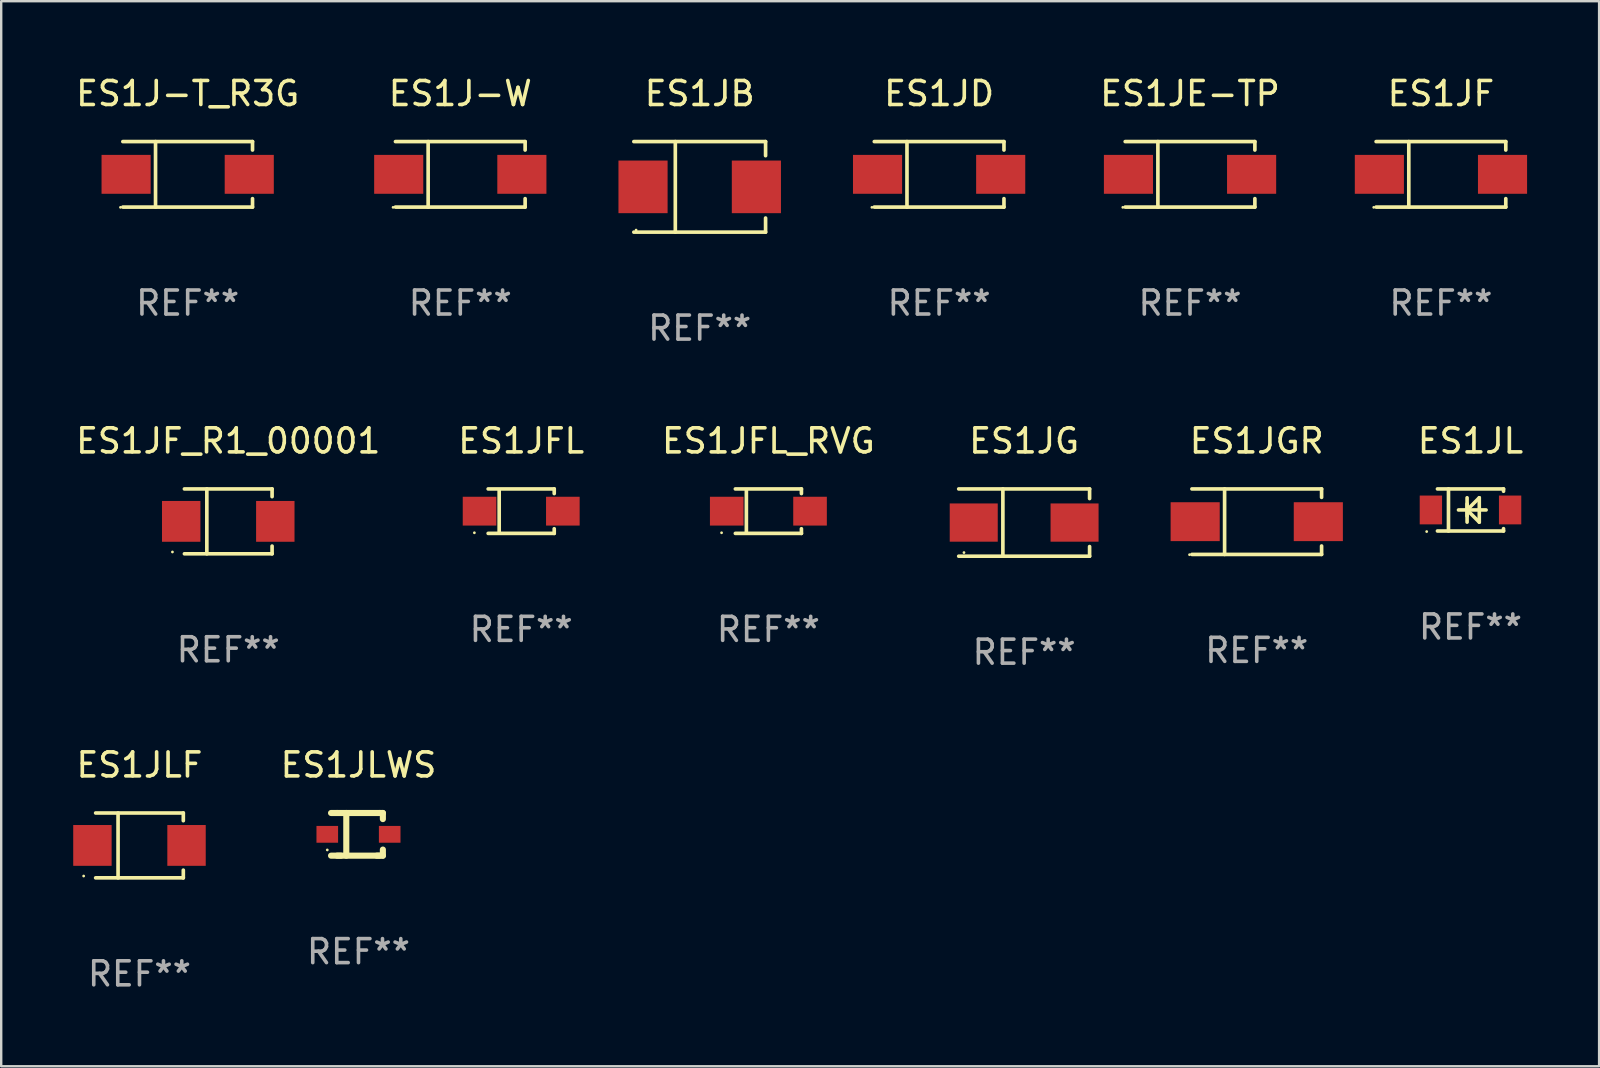
<source format=kicad_pcb>
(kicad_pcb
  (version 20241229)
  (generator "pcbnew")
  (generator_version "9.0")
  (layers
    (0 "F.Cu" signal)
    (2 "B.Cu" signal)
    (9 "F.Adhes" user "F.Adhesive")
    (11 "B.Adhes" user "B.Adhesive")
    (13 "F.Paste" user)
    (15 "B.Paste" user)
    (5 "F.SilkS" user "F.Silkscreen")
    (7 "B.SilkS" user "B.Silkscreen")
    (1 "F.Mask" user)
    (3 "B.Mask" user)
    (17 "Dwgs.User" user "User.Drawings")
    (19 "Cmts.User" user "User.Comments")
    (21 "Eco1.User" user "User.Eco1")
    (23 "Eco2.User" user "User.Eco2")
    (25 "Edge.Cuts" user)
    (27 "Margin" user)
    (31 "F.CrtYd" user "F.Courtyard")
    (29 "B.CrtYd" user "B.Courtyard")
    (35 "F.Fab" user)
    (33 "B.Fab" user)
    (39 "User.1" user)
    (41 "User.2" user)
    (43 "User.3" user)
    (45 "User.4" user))
  (footprint "ES1JE-TP"
    (layer "F.Cu")
    (at 46.522 4.212)
    (property "Reference" "ES1JE-TP" (at 0 -3.364 0) (layer "F.SilkS") (effects (font (size 1 1) (thickness 0.15))))
    (attr through_hole)
    (fp_line (start -2.701 -1.364) (end 2.701 -1.364) (stroke (width 0.152) (type solid)) (layer "F.SilkS"))
    (fp_line (start -2.701 1.364) (end 2.701 1.364) (stroke (width 0.152) (type solid)) (layer "F.SilkS"))
    (fp_line (start -1.339 -1.364) (end -1.339 1.364) (stroke (width 0.152) (type solid)) (layer "F.SilkS"))
    (fp_line (start 2.701 -1.364) (end 2.701 -1.013) (stroke (width 0.152) (type solid)) (layer "F.SilkS"))
    (fp_line (start 2.701 1.364) (end 2.701 1.013) (stroke (width 0.152) (type solid)) (layer "F.SilkS"))
    (fp_circle (center -2.8 1.375) (end -2.77 1.375) (stroke (width 0.06) (type solid)) (fill no) (layer "F.SilkS"))
    (fp_text user "REF**" (at 0 5.364 0) (layer "F.Fab") (effects (font (size 1 1) (thickness 0.15))))
    (pad "1" smd rect (at -2.565 -0.000025) (size 2.046 1.62) (layers "F.Cu" "F.Mask" "F.Paste"))
    (pad "2" smd rect (at 2.565 -0.000025) (size 2.046 1.62) (layers "F.Cu" "F.Mask" "F.Paste")))
  (footprint "ES1J-T_R3G"
    (layer "F.Cu")
    (at 4.768 4.212)
    (property "Reference" "ES1J-T_R3G" (at 0 -3.364 0) (layer "F.SilkS") (effects (font (size 1 1) (thickness 0.15))))
    (attr through_hole)
    (fp_line (start -2.701 -1.364) (end 2.701 -1.364) (stroke (width 0.152) (type solid)) (layer "F.SilkS"))
    (fp_line (start -2.701 1.364) (end 2.701 1.364) (stroke (width 0.152) (type solid)) (layer "F.SilkS"))
    (fp_line (start -1.339 -1.364) (end -1.339 1.364) (stroke (width 0.152) (type solid)) (layer "F.SilkS"))
    (fp_line (start 2.701 -1.364) (end 2.701 -1.013) (stroke (width 0.152) (type solid)) (layer "F.SilkS"))
    (fp_line (start 2.701 1.364) (end 2.701 1.013) (stroke (width 0.152) (type solid)) (layer "F.SilkS"))
    (fp_circle (center -2.8 1.375) (end -2.77 1.375) (stroke (width 0.06) (type solid)) (fill no) (layer "F.SilkS"))
    (fp_text user "REF**" (at 0 5.364 0) (layer "F.Fab") (effects (font (size 1 1) (thickness 0.15))))
    (pad "1" smd rect (at -2.565 -0.000025) (size 2.046 1.62) (layers "F.Cu" "F.Mask" "F.Paste"))
    (pad "2" smd rect (at 2.565 -0.000025) (size 2.046 1.62) (layers "F.Cu" "F.Mask" "F.Paste")))
  (footprint "ES1JD"
    (layer "F.Cu")
    (at 36.07 4.212)
    (property "Reference" "ES1JD" (at 0 -3.364 0) (layer "F.SilkS") (effects (font (size 1 1) (thickness 0.15))))
    (attr through_hole)
    (fp_line (start -2.701 -1.364) (end 2.701 -1.364) (stroke (width 0.152) (type solid)) (layer "F.SilkS"))
    (fp_line (start -2.701 1.364) (end 2.701 1.364) (stroke (width 0.152) (type solid)) (layer "F.SilkS"))
    (fp_line (start -1.339 -1.364) (end -1.339 1.364) (stroke (width 0.152) (type solid)) (layer "F.SilkS"))
    (fp_line (start 2.701 -1.364) (end 2.701 -1.013) (stroke (width 0.152) (type solid)) (layer "F.SilkS"))
    (fp_line (start 2.701 1.364) (end 2.701 1.013) (stroke (width 0.152) (type solid)) (layer "F.SilkS"))
    (fp_circle (center -2.8 1.375) (end -2.77 1.375) (stroke (width 0.06) (type solid)) (fill no) (layer "F.SilkS"))
    (fp_text user "REF**" (at 0 5.364 0) (layer "F.Fab") (effects (font (size 1 1) (thickness 0.15))))
    (pad "1" smd rect (at -2.565 -0.000025) (size 2.046 1.62) (layers "F.Cu" "F.Mask" "F.Paste"))
    (pad "2" smd rect (at 2.565 -0.000025) (size 2.046 1.62) (layers "F.Cu" "F.Mask" "F.Paste")))
  (footprint "ES1JF_R1_00001"
    (layer "F.Cu")
    (at 6.458 18.668)
    (property "Reference" "ES1JF_R1_00001" (at 0 -3.351 0) (layer "F.SilkS") (effects (font (size 1 1) (thickness 0.15))))
    (attr through_hole)
    (fp_line (start -1.826 -1.351) (end 1.826 -1.351) (stroke (width 0.152) (type solid)) (layer "F.SilkS"))
    (fp_line (start -1.826 1.351) (end 1.826 1.351) (stroke (width 0.152) (type solid)) (layer "F.SilkS"))
    (fp_line (start -0.892 -1.351) (end -0.892 1.351) (stroke (width 0.152) (type solid)) (layer "F.SilkS"))
    (fp_line (start 1.826 -1.351) (end 1.826 -1.03) (stroke (width 0.152) (type solid)) (layer "F.SilkS"))
    (fp_line (start 1.826 1.03) (end 1.826 1.351) (stroke (width 0.152) (type solid)) (layer "F.SilkS"))
    (fp_circle (center -2.325 1.275) (end -2.295 1.275) (stroke (width 0.06) (type solid)) (fill no) (layer "F.SilkS"))
    (fp_text user "REF**" (at 0 5.351 0) (layer "F.Fab") (effects (font (size 1 1) (thickness 0.15))))
    (pad "1" smd rect (at -1.96 0 180) (size 1.6 1.7) (layers "F.Cu" "F.Mask" "F.Paste"))
    (pad "2" smd rect (at 1.96 0 180) (size 1.6 1.7) (layers "F.Cu" "F.Mask" "F.Paste")))
  (footprint "ES1JFL_RVG"
    (layer "F.Cu")
    (at 28.958 18.243)
    (property "Reference" "ES1JFL_RVG" (at 0 -2.926 0) (layer "F.SilkS") (effects (font (size 1 1) (thickness 0.15))))
    (attr through_hole)
    (fp_line (start -1.376 -0.926) (end 1.376 -0.926) (stroke (width 0.152) (type solid)) (layer "F.SilkS"))
    (fp_line (start -1.376 0.926) (end 1.376 0.926) (stroke (width 0.152) (type solid)) (layer "F.SilkS"))
    (fp_line (start -0.917 -0.876) (end -0.917 0.876) (stroke (width 0.152) (type solid)) (layer "F.SilkS"))
    (fp_line (start 1.376 -0.926) (end 1.376 -0.733) (stroke (width 0.152) (type solid)) (layer "F.SilkS"))
    (fp_line (start 1.376 0.926) (end 1.376 0.733) (stroke (width 0.152) (type solid)) (layer "F.SilkS"))
    (fp_circle (center -1.95 0.9) (end -1.92 0.9) (stroke (width 0.06) (type solid)) (fill no) (layer "F.SilkS"))
    (fp_text user "REF**" (at 0 4.926 0) (layer "F.Fab") (effects (font (size 1 1) (thickness 0.15))))
    (pad "1" smd rect (at -1.735 0) (size 1.4 1.2) (layers "F.Cu" "F.Mask" "F.Paste"))
    (pad "2" smd rect (at 1.735 0) (size 1.4 1.2) (layers "F.Cu" "F.Mask" "F.Paste")))
  (footprint "ES1JL"
    (layer "F.Cu")
    (at 58.205 18.193)
    (property "Reference" "ES1JL" (at 0 -2.876 0) (layer "F.SilkS") (effects (font (size 1 1) (thickness 0.15))))
    (attr through_hole)
    (fp_line (start -1.376 -0.876) (end 1.376 -0.876) (stroke (width 0.152) (type solid)) (layer "F.SilkS"))
    (fp_line (start -1.376 0.876) (end 1.376 0.876) (stroke (width 0.152) (type solid)) (layer "F.SilkS"))
    (fp_line (start -0.917 -0.876) (end -0.917 0.876) (stroke (width 0.152) (type solid)) (layer "F.SilkS"))
    (fp_line (start -0.5 -0.000102) (end 0.65 -0.000102) (stroke (width 0.15) (type solid)) (layer "F.SilkS"))
    (fp_line (start -0.142 -0.508) (end -0.142 0.508) (stroke (width 0.15) (type solid)) (layer "F.SilkS"))
    (fp_line (start -0.142 -0.000102) (end 0.366 -0.508) (stroke (width 0.15) (type solid)) (layer "F.SilkS"))
    (fp_line (start -0.142 -0.000102) (end 0.366 0.508) (stroke (width 0.15) (type solid)) (layer "F.SilkS"))
    (fp_line (start -0.142 0.254) (end -0.142 -0.254) (stroke (width 0.15) (type solid)) (layer "F.SilkS"))
    (fp_line (start 0.366 0.508) (end 0.366 -0.508) (stroke (width 0.15) (type solid)) (layer "F.SilkS"))
    (fp_line (start 1.376 -0.876) (end 1.376 -0.78) (stroke (width 0.152) (type solid)) (layer "F.SilkS"))
    (fp_line (start 1.376 0.78) (end 1.376 0.876) (stroke (width 0.152) (type solid)) (layer "F.SilkS"))
    (fp_circle (center -1.825 0.9) (end -1.795 0.9) (stroke (width 0.06) (type solid)) (fill no) (layer "F.SilkS"))
    (fp_text user "REF**" (at 0 4.876 0) (layer "F.Fab") (effects (font (size 1 1) (thickness 0.15))))
    (pad "1" smd rect (at -1.65 -0.000102 180) (size 0.93 1.2) (layers "F.Cu" "F.Mask" "F.Paste"))
    (pad "2" smd rect (at 1.65 -0.000102 180) (size 0.93 1.2) (layers "F.Cu" "F.Mask" "F.Paste")))
  (footprint "ES1JG"
    (layer "F.Cu")
    (at 39.612 18.718)
    (property "Reference" "ES1JG" (at 0 -3.401 0) (layer "F.SilkS") (effects (font (size 1 1) (thickness 0.15))))
    (attr through_hole)
    (fp_line (start -2.726 -1.401) (end 2.726 -1.401) (stroke (width 0.152) (type solid)) (layer "F.SilkS"))
    (fp_line (start -2.726 1.401) (end 2.726 1.401) (stroke (width 0.152) (type solid)) (layer "F.SilkS"))
    (fp_line (start -0.886 -1.401) (end -0.886 1.401) (stroke (width 0.152) (type solid)) (layer "F.SilkS"))
    (fp_line (start 2.726 -1.401) (end 2.726 -1) (stroke (width 0.152) (type solid)) (layer "F.SilkS"))
    (fp_line (start 2.726 1.401) (end 2.726 1) (stroke (width 0.152) (type solid)) (layer "F.SilkS"))
    (fp_circle (center -2.507 1.25) (end -2.477 1.25) (stroke (width 0.06) (type solid)) (fill no) (layer "F.SilkS"))
    (fp_text user "REF**" (at 0 5.401 0) (layer "F.Fab") (effects (font (size 1 1) (thickness 0.15))))
    (pad "1" smd rect (at -2.1 0 180) (size 2 1.593) (layers "F.Cu" "F.Mask" "F.Paste"))
    (pad "2" smd rect (at 2.1 0 180) (size 2 1.593) (layers "F.Cu" "F.Mask" "F.Paste")))
  (footprint "ES1JF"
    (layer "F.Cu")
    (at 56.974 4.212)
    (property "Reference" "ES1JF" (at 0 -3.364 0) (layer "F.SilkS") (effects (font (size 1 1) (thickness 0.15))))
    (attr through_hole)
    (fp_line (start -2.701 -1.364) (end 2.701 -1.364) (stroke (width 0.152) (type solid)) (layer "F.SilkS"))
    (fp_line (start -2.701 1.364) (end 2.701 1.364) (stroke (width 0.152) (type solid)) (layer "F.SilkS"))
    (fp_line (start -1.339 -1.364) (end -1.339 1.364) (stroke (width 0.152) (type solid)) (layer "F.SilkS"))
    (fp_line (start 2.701 -1.364) (end 2.701 -1.013) (stroke (width 0.152) (type solid)) (layer "F.SilkS"))
    (fp_line (start 2.701 1.364) (end 2.701 1.013) (stroke (width 0.152) (type solid)) (layer "F.SilkS"))
    (fp_circle (center -2.8 1.375) (end -2.77 1.375) (stroke (width 0.06) (type solid)) (fill no) (layer "F.SilkS"))
    (fp_text user "REF**" (at 0 5.364 0) (layer "F.Fab") (effects (font (size 1 1) (thickness 0.15))))
    (pad "1" smd rect (at -2.565 -0.000025) (size 2.046 1.62) (layers "F.Cu" "F.Mask" "F.Paste"))
    (pad "2" smd rect (at 2.565 -0.000025) (size 2.046 1.62) (layers "F.Cu" "F.Mask" "F.Paste")))
  (footprint "ES1JFL"
    (layer "F.Cu")
    (at 18.661 18.243)
    (property "Reference" "ES1JFL" (at 0 -2.926 0) (layer "F.SilkS") (effects (font (size 1 1) (thickness 0.15))))
    (attr through_hole)
    (fp_line (start -1.376 -0.926) (end 1.376 -0.926) (stroke (width 0.152) (type solid)) (layer "F.SilkS"))
    (fp_line (start -1.376 0.926) (end 1.376 0.926) (stroke (width 0.152) (type solid)) (layer "F.SilkS"))
    (fp_line (start -0.917 -0.876) (end -0.917 0.876) (stroke (width 0.152) (type solid)) (layer "F.SilkS"))
    (fp_line (start 1.376 -0.926) (end 1.376 -0.733) (stroke (width 0.152) (type solid)) (layer "F.SilkS"))
    (fp_line (start 1.376 0.926) (end 1.376 0.733) (stroke (width 0.152) (type solid)) (layer "F.SilkS"))
    (fp_circle (center -1.95 0.9) (end -1.92 0.9) (stroke (width 0.06) (type solid)) (fill no) (layer "F.SilkS"))
    (fp_text user "REF**" (at 0 4.926 0) (layer "F.Fab") (effects (font (size 1 1) (thickness 0.15))))
    (pad "1" smd rect (at -1.735 0) (size 1.4 1.2) (layers "F.Cu" "F.Mask" "F.Paste"))
    (pad "2" smd rect (at 1.735 0) (size 1.4 1.2) (layers "F.Cu" "F.Mask" "F.Paste")))
  (footprint "ES1JGR"
    (layer "F.Cu")
    (at 49.301 18.681)
    (property "Reference" "ES1JGR" (at 0 -3.364 0) (layer "F.SilkS") (effects (font (size 1 1) (thickness 0.15))))
    (attr through_hole)
    (fp_line (start -2.701 -1.364) (end 2.701 -1.364) (stroke (width 0.152) (type solid)) (layer "F.SilkS"))
    (fp_line (start -2.701 1.364) (end 2.701 1.364) (stroke (width 0.152) (type solid)) (layer "F.SilkS"))
    (fp_line (start -1.339 -1.364) (end -1.339 1.364) (stroke (width 0.152) (type solid)) (layer "F.SilkS"))
    (fp_line (start 2.701 -1.364) (end 2.701 -1.013) (stroke (width 0.152) (type solid)) (layer "F.SilkS"))
    (fp_line (start 2.701 1.364) (end 2.701 1.013) (stroke (width 0.152) (type solid)) (layer "F.SilkS"))
    (fp_circle (center -2.8 1.375) (end -2.77 1.375) (stroke (width 0.06) (type solid)) (fill no) (layer "F.SilkS"))
    (fp_text user "REF**" (at 0 5.364 0) (layer "F.Fab") (effects (font (size 1 1) (thickness 0.15))))
    (pad "1" smd rect (at -2.565 -0.000025) (size 2.046 1.62) (layers "F.Cu" "F.Mask" "F.Paste"))
    (pad "2" smd rect (at 2.565 -0.000025) (size 2.046 1.62) (layers "F.Cu" "F.Mask" "F.Paste")))
  (footprint "ES1JB"
    (layer "F.Cu")
    (at 26.097 4.734)
    (property "Reference" "ES1JB" (at 0 -3.886 0) (layer "F.SilkS") (effects (font (size 1 1) (thickness 0.15))))
    (attr through_hole)
    (fp_line (start -2.744 -1.886) (end 2.744 -1.886) (stroke (width 0.152) (type solid)) (layer "F.SilkS"))
    (fp_line (start -2.744 1.886) (end 2.744 1.886) (stroke (width 0.152) (type solid)) (layer "F.SilkS"))
    (fp_line (start -1.016 -1.886) (end -1.016 1.886) (stroke (width 0.152) (type solid)) (layer "F.SilkS"))
    (fp_line (start 2.744 -1.886) (end 2.744 -1.299) (stroke (width 0.152) (type solid)) (layer "F.SilkS"))
    (fp_line (start 2.744 1.886) (end 2.744 1.299) (stroke (width 0.152) (type solid)) (layer "F.SilkS"))
    (fp_circle (center -2.65 1.8) (end -2.62 1.8) (stroke (width 0.06) (type solid)) (fill no) (layer "F.SilkS"))
    (fp_text user "REF**" (at 0 5.886 0) (layer "F.Fab") (effects (font (size 1 1) (thickness 0.15))))
    (pad "1" smd rect (at -2.361 0) (size 2.047 2.192) (layers "F.Cu" "F.Mask" "F.Paste"))
    (pad "2" smd rect (at 2.361 0) (size 2.047 2.192) (layers "F.Cu" "F.Mask" "F.Paste")))
  (footprint "ES1JLF"
    (layer "F.Cu")
    (at 2.76 32.167)
    (property "Reference" "ES1JLF" (at 0 -3.351 0) (layer "F.SilkS") (effects (font (size 1 1) (thickness 0.15))))
    (attr through_hole)
    (fp_line (start -1.826 -1.351) (end 1.826 -1.351) (stroke (width 0.152) (type solid)) (layer "F.SilkS"))
    (fp_line (start -1.826 1.351) (end 1.826 1.351) (stroke (width 0.152) (type solid)) (layer "F.SilkS"))
    (fp_line (start -0.892 -1.351) (end -0.892 1.351) (stroke (width 0.152) (type solid)) (layer "F.SilkS"))
    (fp_line (start 1.826 -1.351) (end 1.826 -1.03) (stroke (width 0.152) (type solid)) (layer "F.SilkS"))
    (fp_line (start 1.826 1.03) (end 1.826 1.351) (stroke (width 0.152) (type solid)) (layer "F.SilkS"))
    (fp_circle (center -2.325 1.275) (end -2.295 1.275) (stroke (width 0.06) (type solid)) (fill no) (layer "F.SilkS"))
    (fp_text user "REF**" (at 0 5.351 0) (layer "F.Fab") (effects (font (size 1 1) (thickness 0.15))))
    (pad "1" smd rect (at -1.96 0 180) (size 1.6 1.7) (layers "F.Cu" "F.Mask" "F.Paste"))
    (pad "2" smd rect (at 1.96 0 180) (size 1.6 1.7) (layers "F.Cu" "F.Mask" "F.Paste")))
  (footprint "ES1JLWS"
    (layer "F.Cu")
    (at 11.883 31.705)
    (property "Reference" "ES1JLWS" (at 0 -2.889 0) (layer "F.SilkS") (effects (font (size 1 1) (thickness 0.15))))
    (attr through_hole)
    (fp_line (start -0.889 -0.889) (end -1.143 -0.889) (stroke (width 0.254) (type solid)) (layer "F.SilkS"))
    (fp_line (start -0.889 -0.889) (end 0.889 -0.889) (stroke (width 0.254) (type solid)) (layer "F.SilkS"))
    (fp_line (start -0.889 0.889) (end 0.889 0.889) (stroke (width 0.254) (type solid)) (layer "F.SilkS"))
    (fp_line (start -0.728 0.889) (end -1.143 0.889) (stroke (width 0.254) (type solid)) (layer "F.SilkS"))
    (fp_line (start -0.508 -0.889) (end -0.508 0.889) (stroke (width 0.254) (type solid)) (layer "F.SilkS"))
    (fp_line (start 0.763 0.889) (end 1.016 0.889) (stroke (width 0.254) (type solid)) (layer "F.SilkS"))
    (fp_line (start 0.889 -0.889) (end 1.016 -0.889) (stroke (width 0.254) (type solid)) (layer "F.SilkS"))
    (fp_line (start 1.016 -0.889) (end 1.016 -0.635) (stroke (width 0.254) (type solid)) (layer "F.SilkS"))
    (fp_line (start 1.016 0.889) (end 1.016 0.635) (stroke (width 0.254) (type solid)) (layer "F.SilkS"))
    (fp_circle (center -1.3 0.65) (end -1.27 0.65) (stroke (width 0.06) (type solid)) (fill no) (layer "F.SilkS"))
    (fp_text user "REF**" (at 0 4.889 0) (layer "F.Fab") (effects (font (size 1 1) (thickness 0.15))))
    (pad "1" smd rect (at -1.3 0) (size 0.9 0.7) (layers "F.Cu" "F.Mask" "F.Paste"))
    (pad "2" smd rect (at 1.3 0) (size 0.9 0.7) (layers "F.Cu" "F.Mask" "F.Paste")))
  (footprint "ES1J-W"
    (layer "F.Cu")
    (at 16.124 4.212)
    (property "Reference" "ES1J-W" (at 0 -3.364 0) (layer "F.SilkS") (effects (font (size 1 1) (thickness 0.15))))
    (attr through_hole)
    (fp_line (start -2.701 -1.364) (end 2.701 -1.364) (stroke (width 0.152) (type solid)) (layer "F.SilkS"))
    (fp_line (start -2.701 1.364) (end 2.701 1.364) (stroke (width 0.152) (type solid)) (layer "F.SilkS"))
    (fp_line (start -1.339 -1.364) (end -1.339 1.364) (stroke (width 0.152) (type solid)) (layer "F.SilkS"))
    (fp_line (start 2.701 -1.364) (end 2.701 -1.013) (stroke (width 0.152) (type solid)) (layer "F.SilkS"))
    (fp_line (start 2.701 1.364) (end 2.701 1.013) (stroke (width 0.152) (type solid)) (layer "F.SilkS"))
    (fp_circle (center -2.8 1.375) (end -2.77 1.375) (stroke (width 0.06) (type solid)) (fill no) (layer "F.SilkS"))
    (fp_text user "REF**" (at 0 5.364 0) (layer "F.Fab") (effects (font (size 1 1) (thickness 0.15))))
    (pad "1" smd rect (at -2.565 -0.000025) (size 2.046 1.62) (layers "F.Cu" "F.Mask" "F.Paste"))
    (pad "2" smd rect (at 2.565 -0.000025) (size 2.046 1.62) (layers "F.Cu" "F.Mask" "F.Paste")))
  (gr_rect
    (start -3 -3)
    (end 63.562 41.367)
    (stroke (width 0.1) (type default))
    (fill no)
    (layer "Edge.Cuts")))
</source>
